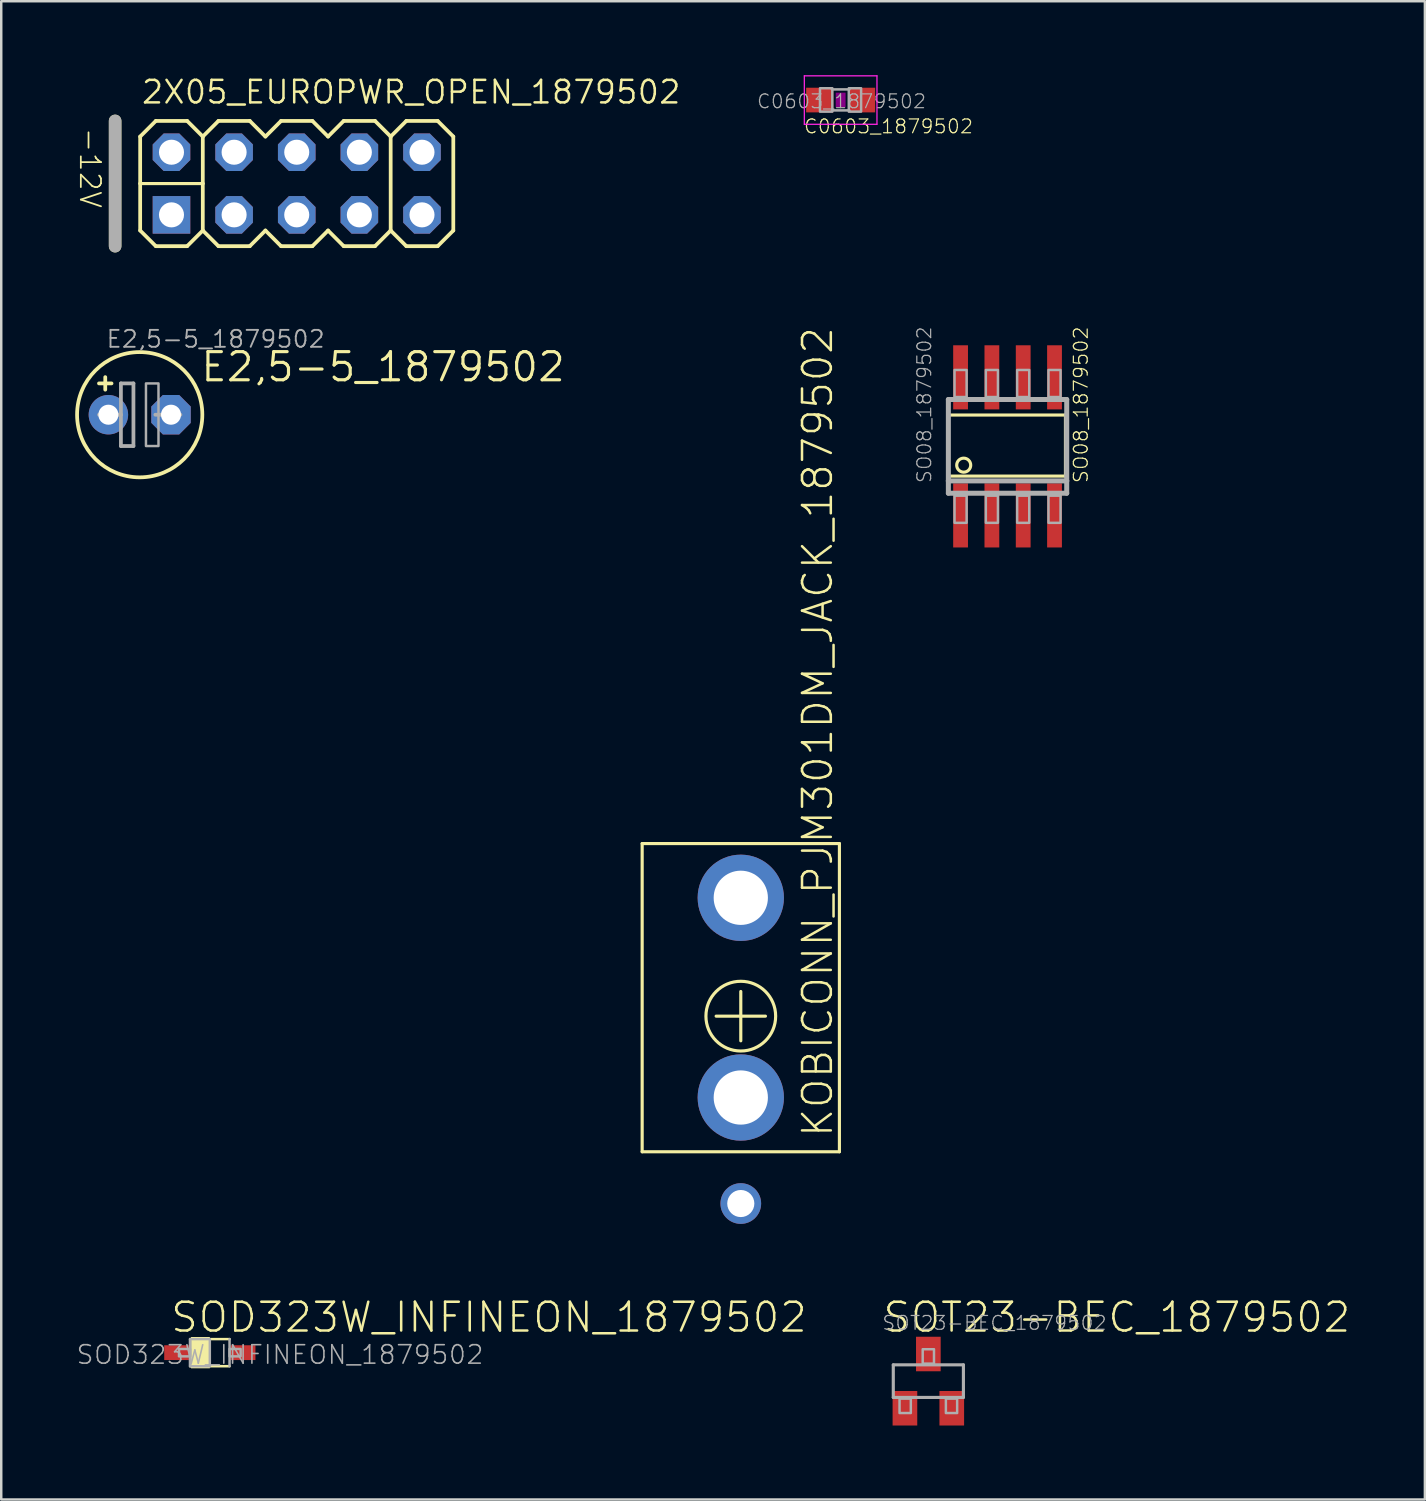
<source format=kicad_pcb>
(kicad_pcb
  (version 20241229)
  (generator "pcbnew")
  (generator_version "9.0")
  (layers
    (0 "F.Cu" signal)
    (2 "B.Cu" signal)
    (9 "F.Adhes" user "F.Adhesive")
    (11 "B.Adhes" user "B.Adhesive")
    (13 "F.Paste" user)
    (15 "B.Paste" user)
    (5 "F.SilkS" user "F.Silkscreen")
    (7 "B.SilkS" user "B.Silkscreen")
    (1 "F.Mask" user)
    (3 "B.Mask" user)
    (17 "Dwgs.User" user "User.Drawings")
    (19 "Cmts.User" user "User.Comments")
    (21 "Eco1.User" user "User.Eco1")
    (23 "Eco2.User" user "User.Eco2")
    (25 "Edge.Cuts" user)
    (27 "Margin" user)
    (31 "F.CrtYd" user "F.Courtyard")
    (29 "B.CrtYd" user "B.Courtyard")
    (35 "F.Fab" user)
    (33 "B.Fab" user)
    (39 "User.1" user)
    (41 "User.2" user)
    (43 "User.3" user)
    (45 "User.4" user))
  (footprint "2X05_EUROPWR_OPEN_1879502"
    (layer "F.Cu")
    (at 8.985 4.394)
    (property "Reference" "2X05_EUROPWR_OPEN_1879502" (at -6.35 -3.175 0) (unlocked yes) (layer "F.SilkS") (effects (font (size 0.914 0.914) (thickness 0.102)) (justify left bottom)))
    (fp_line (start -7.366 -2.54) (end -7.366 2.54) (stroke (width 0.508) (type solid)) (layer "F.SilkS"))
    (fp_line (start -6.35 -1.905) (end -5.715 -2.54) (stroke (width 0.152) (type solid)) (layer "F.SilkS"))
    (fp_line (start -6.35 0) (end -6.35 -1.905) (stroke (width 0.152) (type solid)) (layer "F.SilkS"))
    (fp_line (start -6.35 1.905) (end -6.35 0) (stroke (width 0.152) (type solid)) (layer "F.SilkS"))
    (fp_line (start -6.35 1.905) (end -5.715 2.54) (stroke (width 0.152) (type solid)) (layer "F.SilkS"))
    (fp_line (start -5.715 -2.54) (end -4.445 -2.54) (stroke (width 0.152) (type solid)) (layer "F.SilkS"))
    (fp_line (start -5.715 2.54) (end -4.445 2.54) (stroke (width 0.152) (type solid)) (layer "F.SilkS"))
    (fp_line (start -4.445 -2.54) (end -3.81 -1.905) (stroke (width 0.152) (type solid)) (layer "F.SilkS"))
    (fp_line (start -4.445 2.54) (end -3.81 1.905) (stroke (width 0.152) (type solid)) (layer "F.SilkS"))
    (fp_line (start -3.81 -1.905) (end -3.81 0) (stroke (width 0.152) (type solid)) (layer "F.SilkS"))
    (fp_line (start -3.81 -1.905) (end -3.175 -2.54) (stroke (width 0.152) (type solid)) (layer "F.SilkS"))
    (fp_line (start -3.81 0) (end -6.35 0) (stroke (width 0.127) (type solid)) (layer "F.SilkS"))
    (fp_line (start -3.81 0) (end -3.81 1.905) (stroke (width 0.152) (type solid)) (layer "F.SilkS"))
    (fp_line (start -3.81 1.905) (end -3.175 2.54) (stroke (width 0.152) (type solid)) (layer "F.SilkS"))
    (fp_line (start -3.175 -2.54) (end -1.905 -2.54) (stroke (width 0.152) (type solid)) (layer "F.SilkS"))
    (fp_line (start -3.175 2.54) (end -1.905 2.54) (stroke (width 0.152) (type solid)) (layer "F.SilkS"))
    (fp_line (start -1.905 -2.54) (end -1.27 -1.905) (stroke (width 0.152) (type solid)) (layer "F.SilkS"))
    (fp_line (start -1.905 2.54) (end -1.27 1.905) (stroke (width 0.152) (type solid)) (layer "F.SilkS"))
    (fp_line (start -1.27 -1.905) (end -0.635 -2.54) (stroke (width 0.152) (type solid)) (layer "F.SilkS"))
    (fp_line (start -1.27 1.905) (end -0.635 2.54) (stroke (width 0.152) (type solid)) (layer "F.SilkS"))
    (fp_line (start -0.635 -2.54) (end 0.635 -2.54) (stroke (width 0.152) (type solid)) (layer "F.SilkS"))
    (fp_line (start -0.635 2.54) (end 0.635 2.54) (stroke (width 0.152) (type solid)) (layer "F.SilkS"))
    (fp_line (start 0.635 -2.54) (end 1.27 -1.905) (stroke (width 0.152) (type solid)) (layer "F.SilkS"))
    (fp_line (start 0.635 2.54) (end 1.27 1.905) (stroke (width 0.152) (type solid)) (layer "F.SilkS"))
    (fp_line (start 1.27 -1.905) (end 1.905 -2.54) (stroke (width 0.152) (type solid)) (layer "F.SilkS"))
    (fp_line (start 1.27 1.905) (end 1.905 2.54) (stroke (width 0.152) (type solid)) (layer "F.SilkS"))
    (fp_line (start 1.905 -2.54) (end 3.175 -2.54) (stroke (width 0.152) (type solid)) (layer "F.SilkS"))
    (fp_line (start 1.905 2.54) (end 3.175 2.54) (stroke (width 0.152) (type solid)) (layer "F.SilkS"))
    (fp_line (start 3.175 -2.54) (end 3.81 -1.905) (stroke (width 0.152) (type solid)) (layer "F.SilkS"))
    (fp_line (start 3.175 2.54) (end 3.81 1.905) (stroke (width 0.152) (type solid)) (layer "F.SilkS"))
    (fp_line (start 3.81 -1.905) (end 3.81 1.905) (stroke (width 0.152) (type solid)) (layer "F.SilkS"))
    (fp_line (start 3.81 -1.905) (end 4.445 -2.54) (stroke (width 0.152) (type solid)) (layer "F.SilkS"))
    (fp_line (start 3.81 1.905) (end 4.445 2.54) (stroke (width 0.152) (type solid)) (layer "F.SilkS"))
    (fp_line (start 4.445 -2.54) (end 5.715 -2.54) (stroke (width 0.152) (type solid)) (layer "F.SilkS"))
    (fp_line (start 4.445 2.54) (end 5.715 2.54) (stroke (width 0.152) (type solid)) (layer "F.SilkS"))
    (fp_line (start 5.715 -2.54) (end 6.35 -1.905) (stroke (width 0.152) (type solid)) (layer "F.SilkS"))
    (fp_line (start 5.715 2.54) (end 6.35 1.905) (stroke (width 0.152) (type solid)) (layer "F.SilkS"))
    (fp_line (start 6.35 -1.905) (end 6.35 1.905) (stroke (width 0.152) (type solid)) (layer "F.SilkS"))
    (fp_line (start -7.366 -2.54) (end -7.366 2.54) (stroke (width 0.508) (type solid)) (layer "F.Fab"))
    (fp_poly (pts (xy -5.334 -1.016) (xy -4.826 -1.016) (xy -4.826 -1.524) (xy -5.334 -1.524)) (stroke (width 0.1) (type default)) (fill no) (layer "F.Fab"))
    (fp_poly (pts (xy -5.334 1.524) (xy -4.826 1.524) (xy -4.826 1.016) (xy -5.334 1.016)) (stroke (width 0.1) (type default)) (fill no) (layer "F.Fab"))
    (fp_poly (pts (xy -2.794 -1.016) (xy -2.286 -1.016) (xy -2.286 -1.524) (xy -2.794 -1.524)) (stroke (width 0.1) (type default)) (fill no) (layer "F.Fab"))
    (fp_poly (pts (xy -2.794 1.524) (xy -2.286 1.524) (xy -2.286 1.016) (xy -2.794 1.016)) (stroke (width 0.1) (type default)) (fill no) (layer "F.Fab"))
    (fp_poly (pts (xy -0.254 -1.016) (xy 0.254 -1.016) (xy 0.254 -1.524) (xy -0.254 -1.524)) (stroke (width 0.1) (type default)) (fill no) (layer "F.Fab"))
    (fp_poly (pts (xy -0.254 1.524) (xy 0.254 1.524) (xy 0.254 1.016) (xy -0.254 1.016)) (stroke (width 0.1) (type default)) (fill no) (layer "F.Fab"))
    (fp_poly (pts (xy 2.286 -1.016) (xy 2.794 -1.016) (xy 2.794 -1.524) (xy 2.286 -1.524)) (stroke (width 0.1) (type default)) (fill no) (layer "F.Fab"))
    (fp_poly (pts (xy 2.286 1.524) (xy 2.794 1.524) (xy 2.794 1.016) (xy 2.286 1.016)) (stroke (width 0.1) (type default)) (fill no) (layer "F.Fab"))
    (fp_poly (pts (xy 4.826 -1.016) (xy 5.334 -1.016) (xy 5.334 -1.524) (xy 4.826 -1.524)) (stroke (width 0.1) (type default)) (fill no) (layer "F.Fab"))
    (fp_poly (pts (xy 4.826 1.524) (xy 5.334 1.524) (xy 5.334 1.016) (xy 4.826 1.016)) (stroke (width 0.1) (type default)) (fill no) (layer "F.Fab"))
    (fp_text user "-12V" (at -8.382 -0.635 270) (unlocked yes) (layer "F.SilkS") (effects (font (size 0.818 0.818) (thickness 0.071))))
    (pad "1" thru_hole rect (at -5.08 1.27) (size 1.524 1.524) (drill 1.016) (layers "*.Cu" "*.Mask"))
    (pad "2" thru_hole roundrect (at -5.08 -1.27) (size 1.524 1.524) (drill 1.016) (layers "*.Cu" "*.Mask") (roundrect_rratio 0.25) (chamfer_ratio 0.293) (chamfer top_left top_right bottom_left bottom_right))
    (pad "3" thru_hole roundrect (at -2.54 1.27) (size 1.524 1.524) (drill 1.016) (layers "*.Cu" "*.Mask") (roundrect_rratio 0.25) (chamfer_ratio 0.293) (chamfer top_left top_right bottom_left bottom_right))
    (pad "4" thru_hole roundrect (at -2.54 -1.27) (size 1.524 1.524) (drill 1.016) (layers "*.Cu" "*.Mask") (roundrect_rratio 0.25) (chamfer_ratio 0.293) (chamfer top_left top_right bottom_left bottom_right))
    (pad "5" thru_hole roundrect (at 0 1.27) (size 1.524 1.524) (drill 1.016) (layers "*.Cu" "*.Mask") (roundrect_rratio 0.25) (chamfer_ratio 0.293) (chamfer top_left top_right bottom_left bottom_right))
    (pad "6" thru_hole roundrect (at 0 -1.27) (size 1.524 1.524) (drill 1.016) (layers "*.Cu" "*.Mask") (roundrect_rratio 0.25) (chamfer_ratio 0.293) (chamfer top_left top_right bottom_left bottom_right))
    (pad "7" thru_hole roundrect (at 2.54 1.27) (size 1.524 1.524) (drill 1.016) (layers "*.Cu" "*.Mask") (roundrect_rratio 0.25) (chamfer_ratio 0.293) (chamfer top_left top_right bottom_left bottom_right))
    (pad "8" thru_hole roundrect (at 2.54 -1.27) (size 1.524 1.524) (drill 1.016) (layers "*.Cu" "*.Mask") (roundrect_rratio 0.25) (chamfer_ratio 0.293) (chamfer top_left top_right bottom_left bottom_right))
    (pad "9" thru_hole roundrect (at 5.08 1.27) (size 1.524 1.524) (drill 1.016) (layers "*.Cu" "*.Mask") (roundrect_rratio 0.25) (chamfer_ratio 0.293) (chamfer top_left top_right bottom_left bottom_right))
    (pad "10" thru_hole roundrect (at 5.08 -1.27) (size 1.524 1.524) (drill 1.016) (layers "*.Cu" "*.Mask") (roundrect_rratio 0.25) (chamfer_ratio 0.293) (chamfer top_left top_right bottom_left bottom_right)))
  (footprint "SOD323W_INFINEON_1879502"
    (layer "F.Cu")
    (at 5.46 51.811)
    (property "Reference" "SOD323W_INFINEON_1879502" (at -1.65 -0.75 0) (unlocked yes) (layer "F.SilkS") (effects (font (size 1.168 1.168) (thickness 0.102)) (justify left bottom)))
    (fp_line (start -0.8 -0.55) (end 0.8 -0.55) (stroke (width 0.102) (type solid)) (layer "F.SilkS"))
    (fp_line (start 0.8 0.55) (end -0.8 0.55) (stroke (width 0.102) (type solid)) (layer "F.SilkS"))
    (fp_poly (pts (xy 0 0.635) (xy -0.762 0.635) (xy -0.762 -0.635) (xy 0 -0.635)) (stroke (width 0) (type default)) (fill yes) (layer "F.SilkS"))
    (fp_line (start -0.8 0.55) (end -0.8 -0.55) (stroke (width 0.102) (type solid)) (layer "F.Fab"))
    (fp_line (start 0.8 -0.55) (end 0.8 0.55) (stroke (width 0.102) (type solid)) (layer "F.Fab"))
    (fp_poly (pts (xy -1.25 0.15) (xy -0.8 0.15) (xy -0.8 -0.15) (xy -1.25 -0.15)) (stroke (width 0.1) (type default)) (fill no) (layer "F.Fab"))
    (fp_poly (pts (xy -0.8 0.55) (xy 0 0.55) (xy 0 -0.55) (xy -0.8 -0.55)) (stroke (width 0.1) (type default)) (fill no) (layer "F.Fab"))
    (fp_poly (pts (xy 0.8 0.15) (xy 1.25 0.15) (xy 1.25 -0.15) (xy 0.8 -0.15)) (stroke (width 0.1) (type default)) (fill no) (layer "F.Fab"))
    (fp_text user "${REFERENCE}" (at -5.46 0.52 0) (unlocked yes) (layer "F.Fab") (effects (font (size 0.748 0.748) (thickness 0.065)) (justify left bottom)))
    (pad "A" smd rect (at 1.35 0) (size 1 0.6) (layers "F.Cu" "F.Mask" "F.Paste"))
    (pad "C" smd rect (at -1.35 0) (size 1 0.6) (layers "F.Cu" "F.Mask" "F.Paste")))
  (footprint "C0603_1879502"
    (layer "F.Cu")
    (at 31.045 1.008)
    (property "Reference" "C0603_1879502" (at -1.524 1.397 0) (unlocked yes) (layer "F.SilkS") (effects (font (size 0.561 0.561) (thickness 0.049)) (justify left bottom)))
    (fp_poly (pts (xy -0.2 0.3) (xy 0.2 0.3) (xy 0.2 -0.3) (xy -0.2 -0.3)) (stroke (width 0) (type default)) (fill yes) (layer "F.Adhes"))
    (fp_line (start -1.473 -0.983) (end 1.473 -0.983) (stroke (width 0.051) (type solid)) (layer "F.CrtYd"))
    (fp_line (start -1.473 0.983) (end -1.473 -0.983) (stroke (width 0.051) (type solid)) (layer "F.CrtYd"))
    (fp_line (start 1.473 -0.983) (end 1.473 0.983) (stroke (width 0.051) (type solid)) (layer "F.CrtYd"))
    (fp_line (start 1.473 0.983) (end -1.473 0.983) (stroke (width 0.051) (type solid)) (layer "F.CrtYd"))
    (fp_line (start -0.356 -0.432) (end 0.356 -0.432) (stroke (width 0.102) (type solid)) (layer "F.Fab"))
    (fp_line (start -0.356 0.419) (end 0.356 0.419) (stroke (width 0.102) (type solid)) (layer "F.Fab"))
    (fp_poly (pts (xy -0.838 0.47) (xy -0.338 0.47) (xy -0.338 -0.48) (xy -0.838 -0.48)) (stroke (width 0.1) (type default)) (fill no) (layer "F.Fab"))
    (fp_poly (pts (xy 0.33 0.47) (xy 0.83 0.47) (xy 0.83 -0.48) (xy 0.33 -0.48)) (stroke (width 0.1) (type default)) (fill no) (layer "F.Fab"))
    (fp_text user "${REFERENCE}" (at -3.429 0.381 0) (unlocked yes) (layer "F.Fab") (effects (font (size 0.561 0.561) (thickness 0.049)) (justify left bottom)))
    (pad "1" smd rect (at -0.85 0) (size 1.1 1) (layers "F.Cu" "F.Mask" "F.Paste"))
    (pad "2" smd rect (at 0.85 0) (size 1.1 1) (layers "F.Cu" "F.Mask" "F.Paste")))
  (footprint "KOBICONN_PJM301DM_JACK_1879502"
    (layer "F.Cu")
    (at 26.995 38.163)
    (property "Reference" "KOBICONN_PJM301DM_JACK_1879502" (at 3.799 4.978 90) (unlocked yes) (layer "F.SilkS") (effects (font (size 1.168 1.168) (thickness 0.102)) (justify left bottom)))
    (fp_line (start -4 -7) (end -4 5.5) (stroke (width 0.127) (type solid)) (layer "F.SilkS"))
    (fp_line (start -4 -7) (end 4 -7) (stroke (width 0.127) (type solid)) (layer "F.SilkS"))
    (fp_line (start -4 5.5) (end 4 5.5) (stroke (width 0.127) (type solid)) (layer "F.SilkS"))
    (fp_line (start -1 0) (end 1 0) (stroke (width 0.127) (type solid)) (layer "F.SilkS"))
    (fp_line (start 0 -1) (end 0 1) (stroke (width 0.127) (type solid)) (layer "F.SilkS"))
    (fp_line (start 4 5.5) (end 4 -7) (stroke (width 0.127) (type solid)) (layer "F.SilkS"))
    (fp_circle (center 0 0) (end 1.414 0) (stroke (width 0.127) (type solid)) (fill no) (layer "F.SilkS"))
    (pad "P$1" thru_hole circle (at 0 -4.8) (size 3.5 3.5) (drill 2.2) (layers "*.Cu" "*.Mask"))
    (pad "P$2" thru_hole circle (at 0 3.3) (size 3.5 3.5) (drill 2.2) (layers "*.Cu" "*.Mask"))
    (pad "P$3" thru_hole circle (at 0 7.6) (size 1.65 1.65) (drill 1.1) (layers "*.Cu" "*.Mask")))
  (footprint "SOT23-BEC_1879502"
    (layer "F.Cu")
    (at 34.602 52.966)
    (property "Reference" "SOT23-BEC_1879502" (at -1.905 -1.905 0) (unlocked yes) (layer "F.SilkS") (effects (font (size 1.168 1.168) (thickness 0.102)) (justify left bottom)))
    (fp_line (start -1.422 -0.66) (end 1.422 -0.66) (stroke (width 0.127) (type solid)) (layer "F.Fab"))
    (fp_line (start -1.422 0.66) (end -1.422 -0.66) (stroke (width 0.127) (type solid)) (layer "F.Fab"))
    (fp_line (start 1.422 -0.66) (end 1.422 0.66) (stroke (width 0.127) (type solid)) (layer "F.Fab"))
    (fp_line (start 1.422 0.66) (end -1.422 0.66) (stroke (width 0.127) (type solid)) (layer "F.Fab"))
    (fp_poly (pts (xy -1.168 1.295) (xy -0.711 1.295) (xy -0.711 0.711) (xy -1.168 0.711)) (stroke (width 0.1) (type default)) (fill no) (layer "F.Fab"))
    (fp_poly (pts (xy -0.229 -0.711) (xy 0.229 -0.711) (xy 0.229 -1.295) (xy -0.229 -1.295)) (stroke (width 0.1) (type default)) (fill no) (layer "F.Fab"))
    (fp_poly (pts (xy 0.711 1.295) (xy 1.168 1.295) (xy 1.168 0.711) (xy 0.711 0.711)) (stroke (width 0.1) (type default)) (fill no) (layer "F.Fab"))
    (fp_text user "${REFERENCE}" (at -1.905 -2.032 0) (unlocked yes) (layer "F.Fab") (effects (font (size 0.561 0.561) (thickness 0.049)) (justify left bottom)))
    (pad "B" smd rect (at -0.95 1.1) (size 1 1.4) (layers "F.Cu" "F.Mask" "F.Paste"))
    (pad "C" smd rect (at 0 -1.1) (size 1 1.4) (layers "F.Cu" "F.Mask" "F.Paste"))
    (pad "E" smd rect (at 0.95 1.1) (size 1 1.4) (layers "F.Cu" "F.Mask" "F.Paste")))
  (footprint "E2,5-5_1879502"
    (layer "F.Cu")
    (at 2.616 13.77)
    (property "Reference" "E2,5-5_1879502" (at 2.413 -1.27 0) (unlocked yes) (layer "F.SilkS") (effects (font (size 1.143 1.143) (thickness 0.127)) (justify left bottom)))
    (fp_line (start -1.651 -1.27) (end -1.397 -1.27) (stroke (width 0.152) (type solid)) (layer "F.SilkS"))
    (fp_line (start -1.397 -1.27) (end -1.397 -1.524) (stroke (width 0.152) (type solid)) (layer "F.SilkS"))
    (fp_line (start -1.397 -1.27) (end -1.143 -1.27) (stroke (width 0.152) (type solid)) (layer "F.SilkS"))
    (fp_line (start -1.397 -1.016) (end -1.397 -1.27) (stroke (width 0.152) (type solid)) (layer "F.SilkS"))
    (fp_circle (center 0 0) (end 2.54 0) (stroke (width 0.152) (type solid)) (fill no) (layer "F.SilkS"))
    (fp_line (start -1.651 0) (end -0.762 0) (stroke (width 0.152) (type solid)) (layer "F.Fab"))
    (fp_line (start -0.762 -1.27) (end -0.762 0) (stroke (width 0.152) (type solid)) (layer "F.Fab"))
    (fp_line (start -0.762 0) (end -0.762 1.27) (stroke (width 0.152) (type solid)) (layer "F.Fab"))
    (fp_line (start -0.762 1.27) (end -0.254 1.27) (stroke (width 0.152) (type solid)) (layer "F.Fab"))
    (fp_line (start -0.254 -1.27) (end -0.762 -1.27) (stroke (width 0.152) (type solid)) (layer "F.Fab"))
    (fp_line (start -0.254 1.27) (end -0.254 -1.27) (stroke (width 0.152) (type solid)) (layer "F.Fab"))
    (fp_line (start 0.635 0) (end 1.651 0) (stroke (width 0.152) (type solid)) (layer "F.Fab"))
    (fp_poly (pts (xy 0.254 1.27) (xy 0.762 1.27) (xy 0.762 -1.27) (xy 0.254 -1.27)) (stroke (width 0.1) (type default)) (fill no) (layer "F.Fab"))
    (fp_text user "${REFERENCE}" (at -1.397 -2.667 0) (unlocked yes) (layer "F.Fab") (effects (font (size 0.686 0.686) (thickness 0.076)) (justify left bottom)))
    (pad "+" thru_hole circle (at -1.27 0) (size 1.6 1.6) (drill 0.813) (layers "*.Cu" "*.Mask"))
    (pad "-" thru_hole roundrect (at 1.27 0) (size 1.6 1.6) (drill 0.813) (layers "*.Cu" "*.Mask") (roundrect_rratio 0.25) (chamfer_ratio 0.293) (chamfer top_left top_right bottom_left bottom_right)))
  (footprint "SO08_1879502"
    (layer "F.Cu")
    (at 37.814 15.054)
    (property "Reference" "SO08_1879502" (at -3.048 1.524 90) (unlocked yes) (layer "F.Fab") (effects (font (size 0.561 0.561) (thickness 0.049)) (justify left bottom)))
    (fp_line (start -2.413 -1.27) (end 2.349 -1.27) (stroke (width 0.127) (type solid)) (layer "F.SilkS"))
    (fp_line (start -2.413 1.206) (end -2.413 -1.27) (stroke (width 0.127) (type solid)) (layer "F.SilkS"))
    (fp_line (start 2.349 -1.27) (end 2.349 1.206) (stroke (width 0.127) (type solid)) (layer "F.SilkS"))
    (fp_line (start 2.349 1.206) (end -2.413 1.206) (stroke (width 0.127) (type solid)) (layer "F.SilkS"))
    (fp_circle (center -1.778 0.762) (end -1.494 0.762) (stroke (width 0.127) (type solid)) (fill no) (layer "F.SilkS"))
    (fp_line (start -2.4 -1.9) (end 2.4 -1.9) (stroke (width 0.203) (type solid)) (layer "F.Fab"))
    (fp_line (start -2.4 1.4) (end -2.4 -1.9) (stroke (width 0.203) (type solid)) (layer "F.Fab"))
    (fp_line (start -2.4 1.9) (end -2.4 1.4) (stroke (width 0.203) (type solid)) (layer "F.Fab"))
    (fp_line (start 2.4 -1.9) (end 2.4 1.4) (stroke (width 0.203) (type solid)) (layer "F.Fab"))
    (fp_line (start 2.4 1.4) (end -2.4 1.4) (stroke (width 0.203) (type solid)) (layer "F.Fab"))
    (fp_line (start 2.4 1.4) (end 2.4 1.9) (stroke (width 0.203) (type solid)) (layer "F.Fab"))
    (fp_line (start 2.4 1.9) (end -2.4 1.9) (stroke (width 0.203) (type solid)) (layer "F.Fab"))
    (fp_poly (pts (xy -2.15 -2) (xy -1.66 -2) (xy -1.66 -3.1) (xy -2.15 -3.1)) (stroke (width 0.1) (type default)) (fill no) (layer "F.Fab"))
    (fp_poly (pts (xy -2.15 3.1) (xy -1.66 3.1) (xy -1.66 2) (xy -2.15 2)) (stroke (width 0.1) (type default)) (fill no) (layer "F.Fab"))
    (fp_poly (pts (xy -0.88 -2) (xy -0.39 -2) (xy -0.39 -3.1) (xy -0.88 -3.1)) (stroke (width 0.1) (type default)) (fill no) (layer "F.Fab"))
    (fp_poly (pts (xy -0.88 3.1) (xy -0.39 3.1) (xy -0.39 2) (xy -0.88 2)) (stroke (width 0.1) (type default)) (fill no) (layer "F.Fab"))
    (fp_poly (pts (xy 0.39 -2) (xy 0.88 -2) (xy 0.88 -3.1) (xy 0.39 -3.1)) (stroke (width 0.1) (type default)) (fill no) (layer "F.Fab"))
    (fp_poly (pts (xy 0.39 3.1) (xy 0.88 3.1) (xy 0.88 2) (xy 0.39 2)) (stroke (width 0.1) (type default)) (fill no) (layer "F.Fab"))
    (fp_poly (pts (xy 1.66 -2) (xy 2.15 -2) (xy 2.15 -3.1) (xy 1.66 -3.1)) (stroke (width 0.1) (type default)) (fill no) (layer "F.Fab"))
    (fp_poly (pts (xy 1.66 3.1) (xy 2.15 3.1) (xy 2.15 2) (xy 1.66 2)) (stroke (width 0.1) (type default)) (fill no) (layer "F.Fab"))
    (fp_text user "${REFERENCE}" (at 3.302 1.524 90) (unlocked yes) (layer "F.SilkS") (effects (font (size 0.561 0.561) (thickness 0.049)) (justify left bottom)))
    (pad "1" smd rect (at -1.905 2.8) (size 0.6 2.6) (layers "F.Cu" "F.Mask" "F.Paste"))
    (pad "2" smd rect (at -0.635 2.8) (size 0.6 2.6) (layers "F.Cu" "F.Mask" "F.Paste"))
    (pad "3" smd rect (at 0.635 2.8) (size 0.6 2.6) (layers "F.Cu" "F.Mask" "F.Paste"))
    (pad "4" smd rect (at 1.905 2.8) (size 0.6 2.6) (layers "F.Cu" "F.Mask" "F.Paste"))
    (pad "5" smd rect (at 1.905 -2.8) (size 0.6 2.6) (layers "F.Cu" "F.Mask" "F.Paste"))
    (pad "6" smd rect (at 0.635 -2.8) (size 0.6 2.6) (layers "F.Cu" "F.Mask" "F.Paste"))
    (pad "7" smd rect (at -0.635 -2.8) (size 0.6 2.6) (layers "F.Cu" "F.Mask" "F.Paste"))
    (pad "8" smd rect (at -1.905 -2.8) (size 0.6 2.6) (layers "F.Cu" "F.Mask" "F.Paste")))
  (gr_rect
    (start -3 -3)
    (end 54.741 57.766)
    (stroke (width 0.1) (type default))
    (fill no)
    (layer "Edge.Cuts")))
</source>
